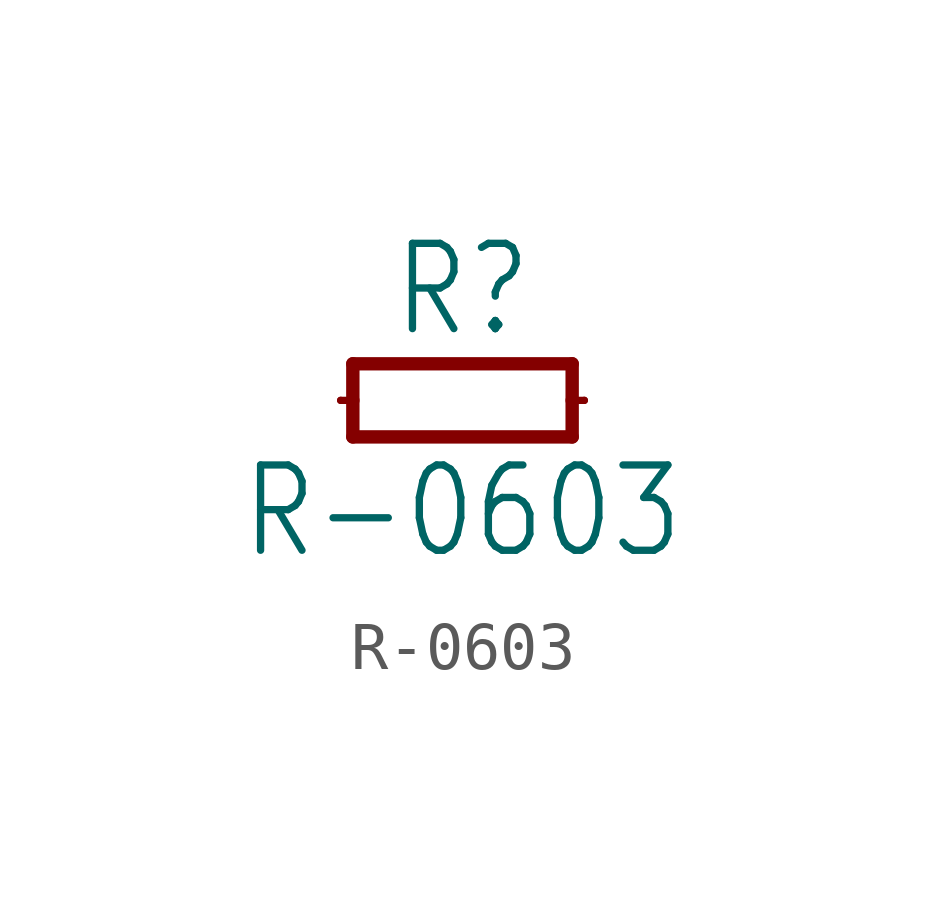
<source format=kicad_sym>
(kicad_symbol_lib
  (version 20211014)
  (generator kicad_symbol_editor)
  (symbol "R-0603"
    (property "Reference" "R"
      (at 0 1.27 0)
      (effects (font (size 1.778 1.511)) (justify bottom)))
    (property "Value" "R-0603"
      (at 0 -1.27 0)
      (effects (font (size 1.778 1.511)) (justify top)))
    (property "ki_locked" ""
      (at 0 0 0)
      (effects (font (size 1.27 1.27))))
    (symbol "R-0603_1_0"
      (polyline (pts (xy -2.54 0) (xy -2.286 0)) (stroke (width 0.152) (type default) (color 0 0 0 0)) (fill (type none)))
      (polyline (pts (xy -2.286 -0.762) (xy -2.286 0)) (stroke (width 0.279) (type default) (color 0 0 0 0)) (fill (type none)))
      (polyline (pts (xy -2.286 -0.762) (xy 2.286 -0.762)) (stroke (width 0.279) (type default) (color 0 0 0 0)) (fill (type none)))
      (polyline (pts (xy -2.286 0) (xy -2.286 0.762)) (stroke (width 0.279) (type default) (color 0 0 0 0)) (fill (type none)))
      (polyline (pts (xy -2.286 0.762) (xy 2.286 0.762)) (stroke (width 0.279) (type default) (color 0 0 0 0)) (fill (type none)))
      (polyline (pts (xy 2.286 0) (xy 2.286 -0.762)) (stroke (width 0.279) (type default) (color 0 0 0 0)) (fill (type none)))
      (polyline (pts (xy 2.286 0) (xy 2.54 0)) (stroke (width 0.152) (type default) (color 0 0 0 0)) (fill (type none)))
      (polyline (pts (xy 2.286 0.762) (xy 2.286 0)) (stroke (width 0.279) (type default) (color 0 0 0 0)) (fill (type none)))
      (pin passive line (at -2.54 0 0) (length 0) (name "1" (effects (font (size 0 0)))) (number "1" (effects (font (size 0 0)))))
      (pin passive line (at 2.54 0 180) (length 0) (name "2" (effects (font (size 0 0)))) (number "2" (effects (font (size 0 0))))))))
</source>
